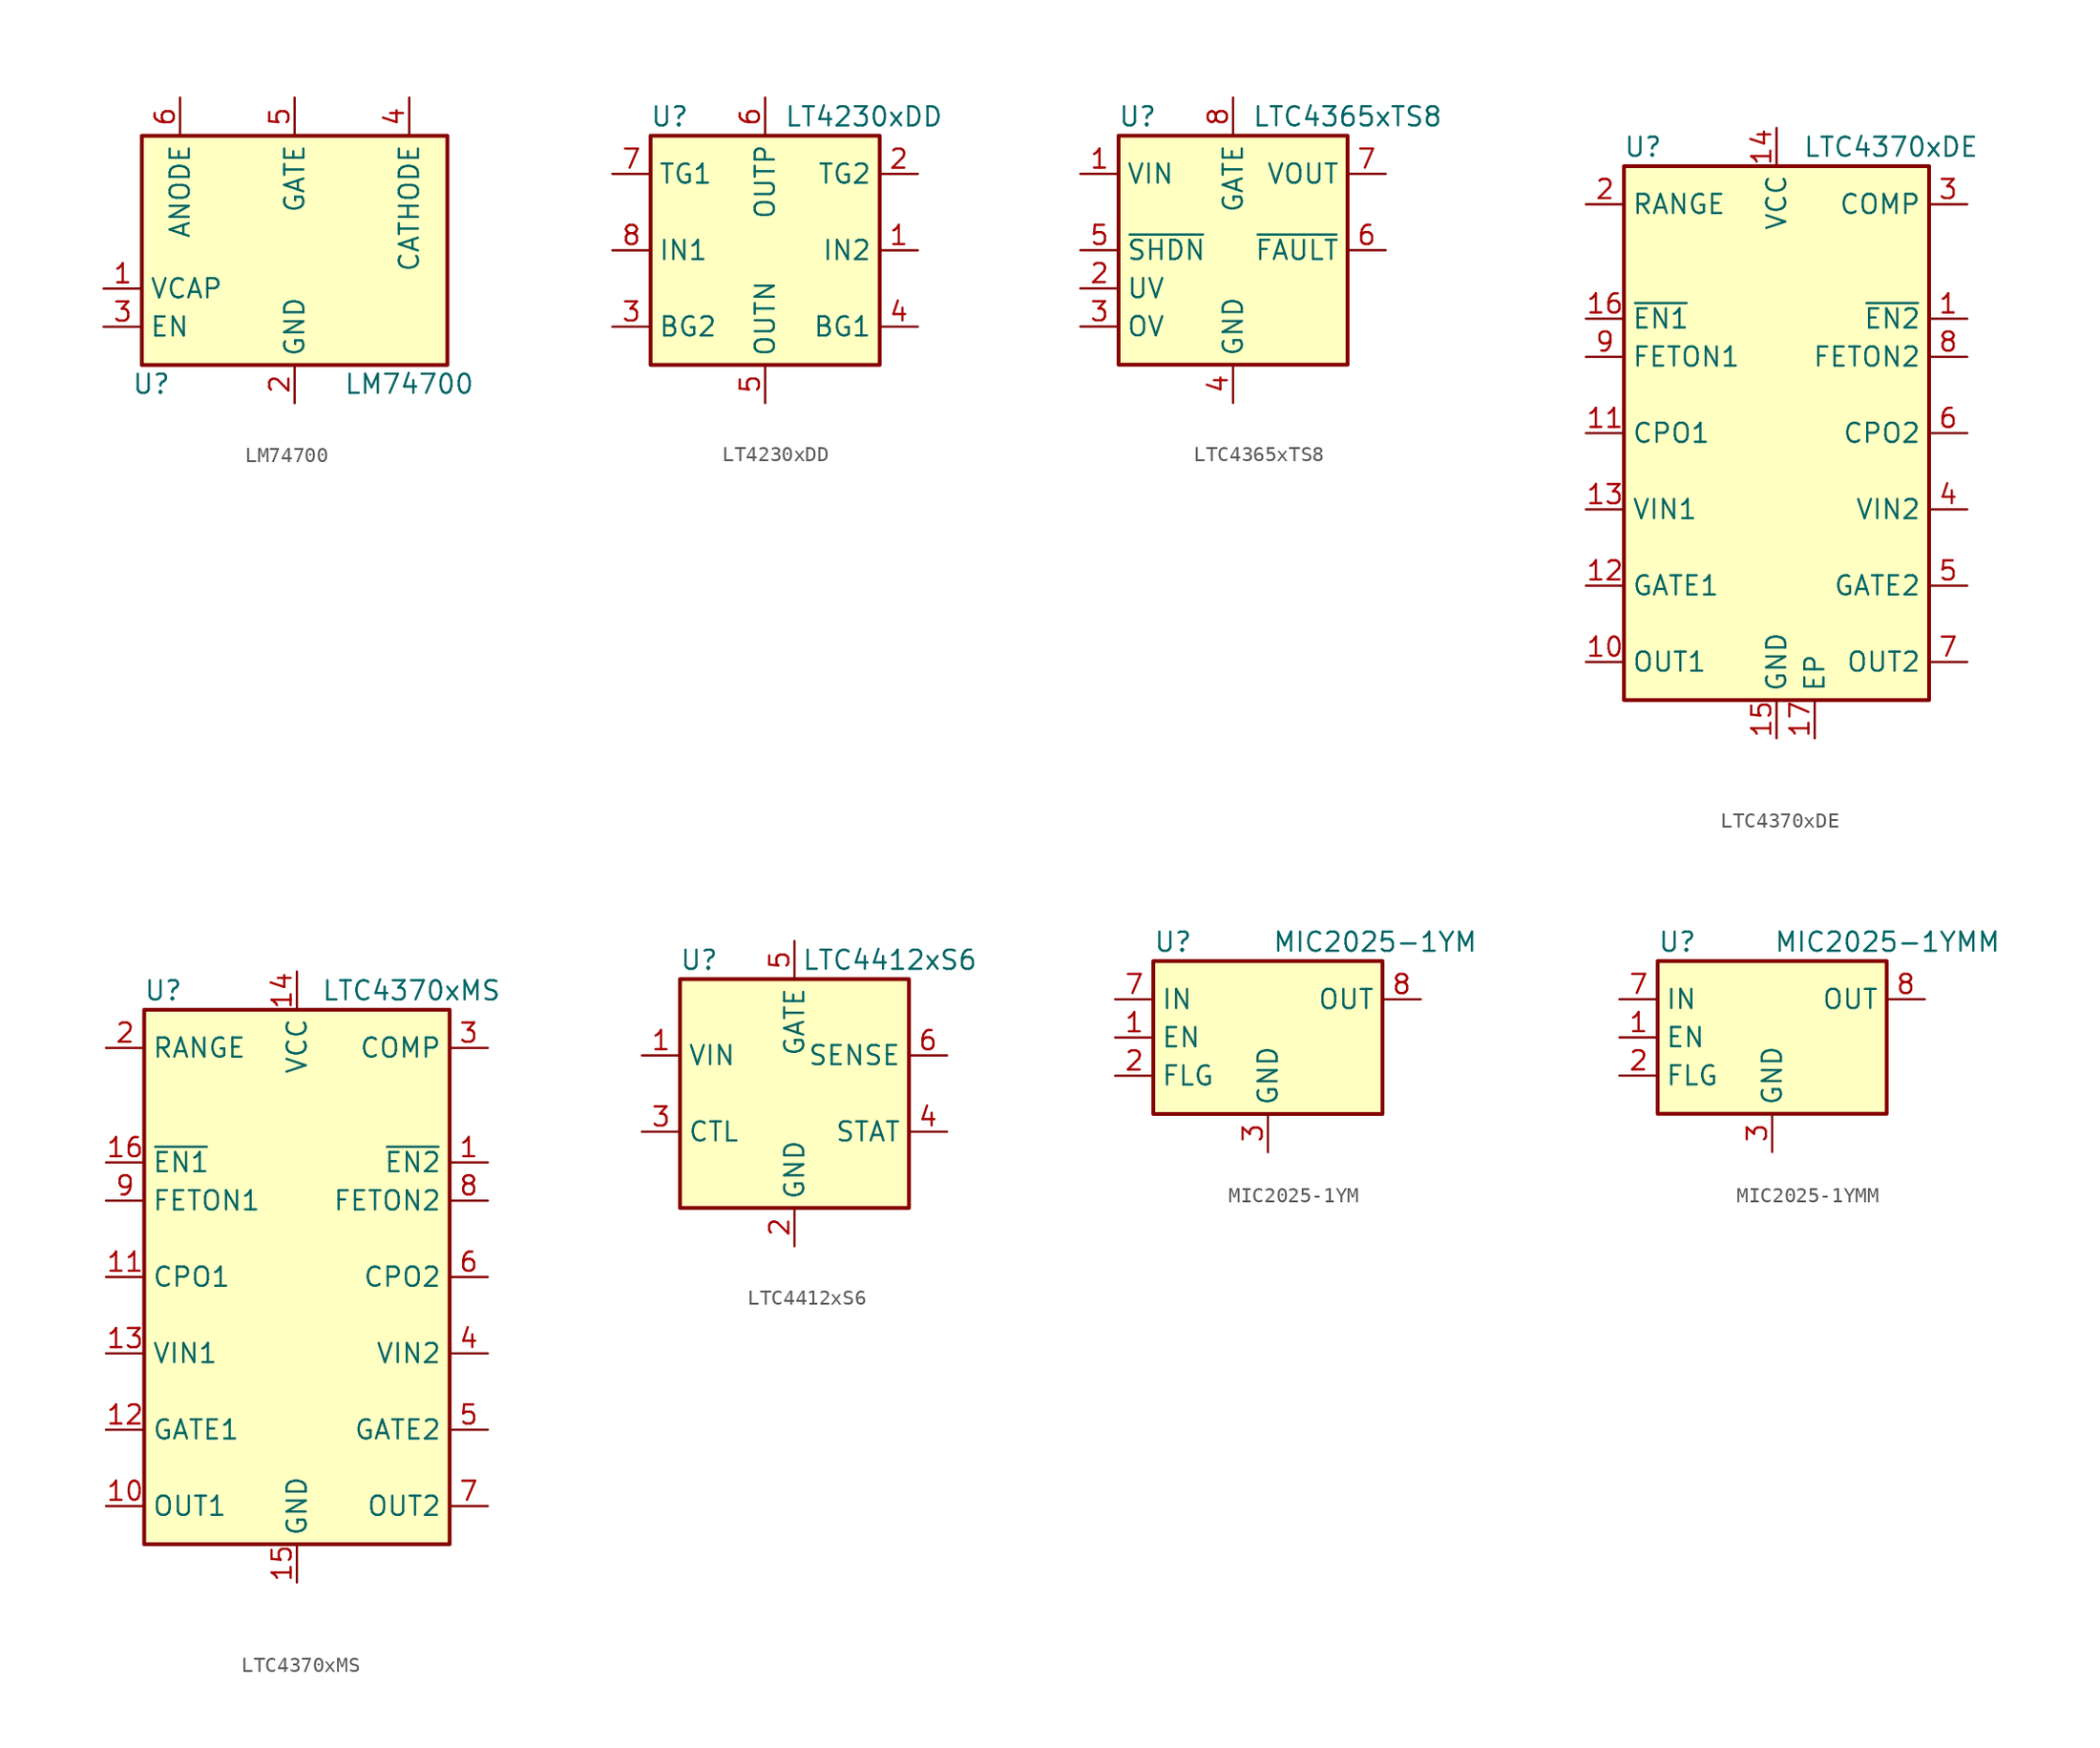
<source format=kicad_sym>
(kicad_symbol_lib
  (version 20201005)
  (generator kicad_symbol_editor)
  (symbol "LM74700"
    (property "Reference" "U"
      (at -9.525 -8.89 0)
      (effects (font (size 1.27 1.27))))
    (property "Value" "LM74700"
      (at 7.62 -8.89 0)
      (effects (font (size 1.27 1.27))))
    (symbol "LM74700_0_1"
      (rectangle (start -10.16 7.62) (end 10.16 -7.62) (stroke (width 0.254)) (fill (type background))))
    (symbol "LM74700_1_1"
      (pin passive line (at -12.7 -2.54 0) (length 2.54) (name "VCAP" (effects (font (size 1.27 1.27)))) (number "1" (effects (font (size 1.27 1.27)))))
      (pin power_in line (at 0 -10.16 90) (length 2.54) (name "GND" (effects (font (size 1.27 1.27)))) (number "2" (effects (font (size 1.27 1.27)))))
      (pin input line (at -12.7 -5.08 0) (length 2.54) (name "EN" (effects (font (size 1.27 1.27)))) (number "3" (effects (font (size 1.27 1.27)))))
      (pin input line (at 7.62 10.16 270) (length 2.54) (name "CATHODE" (effects (font (size 1.27 1.27)))) (number "4" (effects (font (size 1.27 1.27)))))
      (pin output line (at 0 10.16 270) (length 2.54) (name "GATE" (effects (font (size 1.27 1.27)))) (number "5" (effects (font (size 1.27 1.27)))))
      (pin power_in line (at -7.62 10.16 270) (length 2.54) (name "ANODE" (effects (font (size 1.27 1.27)))) (number "6" (effects (font (size 1.27 1.27)))))))
  (symbol "LT4230xDD"
    (property "Reference" "U"
      (at -6.35 8.89 0)
      (effects (font (size 1.27 1.27))))
    (property "Value" "LT4230xDD"
      (at 1.27 8.89 0)
      (effects (font (size 1.27 1.27)) (justify left)))
    (symbol "LT4230xDD_0_1"
      (rectangle (start -7.62 7.62) (end 7.62 -7.62) (stroke (width 0.254)) (fill (type background))))
    (symbol "LT4230xDD_1_1"
      (pin power_in line (at 10.16 0 180) (length 2.54) (name "IN2" (effects (font (size 1.27 1.27)))) (number "1" (effects (font (size 1.27 1.27)))))
      (pin output line (at 10.16 5.08 180) (length 2.54) (name "TG2" (effects (font (size 1.27 1.27)))) (number "2" (effects (font (size 1.27 1.27)))))
      (pin output line (at -10.16 -5.08 0) (length 2.54) (name "BG2" (effects (font (size 1.27 1.27)))) (number "3" (effects (font (size 1.27 1.27)))))
      (pin output line (at 10.16 -5.08 180) (length 2.54) (name "BG1" (effects (font (size 1.27 1.27)))) (number "4" (effects (font (size 1.27 1.27)))))
      (pin power_in line (at 0 -10.16 90) (length 2.54) (name "OUTN" (effects (font (size 1.27 1.27)))) (number "5" (effects (font (size 1.27 1.27)))))
      (pin power_in line (at 0 10.16 270) (length 2.54) (name "OUTP" (effects (font (size 1.27 1.27)))) (number "6" (effects (font (size 1.27 1.27)))))
      (pin output line (at -10.16 5.08 0) (length 2.54) (name "TG1" (effects (font (size 1.27 1.27)))) (number "7" (effects (font (size 1.27 1.27)))))
      (pin power_in line (at -10.16 0 0) (length 2.54) (name "IN1" (effects (font (size 1.27 1.27)))) (number "8" (effects (font (size 1.27 1.27)))))
      (pin passive line (at 0 -10.16 90) (length 2.54) hide (name "OUTN" (effects (font (size 1.27 1.27)))) (number "9" (effects (font (size 1.27 1.27)))))))
  (symbol "LTC4365xTS8"
    (property "Reference" "U"
      (at -6.35 8.89 0)
      (effects (font (size 1.27 1.27))))
    (property "Value" "LTC4365xTS8"
      (at 7.62 8.89 0)
      (effects (font (size 1.27 1.27))))
    (symbol "LTC4365xTS8_0_1"
      (rectangle (start -7.62 7.62) (end 7.62 -7.62) (stroke (width 0.254)) (fill (type background))))
    (symbol "LTC4365xTS8_1_1"
      (pin power_in line (at -10.16 5.08 0) (length 2.54) (name "VIN" (effects (font (size 1.27 1.27)))) (number "1" (effects (font (size 1.27 1.27)))))
      (pin input line (at -10.16 -2.54 0) (length 2.54) (name "UV" (effects (font (size 1.27 1.27)))) (number "2" (effects (font (size 1.27 1.27)))))
      (pin input line (at -10.16 -5.08 0) (length 2.54) (name "OV" (effects (font (size 1.27 1.27)))) (number "3" (effects (font (size 1.27 1.27)))))
      (pin power_in line (at 0 -10.16 90) (length 2.54) (name "GND" (effects (font (size 1.27 1.27)))) (number "4" (effects (font (size 1.27 1.27)))))
      (pin input line (at -10.16 0 0) (length 2.54) (name "~SHDN" (effects (font (size 1.27 1.27)))) (number "5" (effects (font (size 1.27 1.27)))))
      (pin open_collector line (at 10.16 0 180) (length 2.54) (name "~FAULT" (effects (font (size 1.27 1.27)))) (number "6" (effects (font (size 1.27 1.27)))))
      (pin input line (at 10.16 5.08 180) (length 2.54) (name "VOUT" (effects (font (size 1.27 1.27)))) (number "7" (effects (font (size 1.27 1.27)))))
      (pin output line (at 0 10.16 270) (length 2.54) (name "GATE" (effects (font (size 1.27 1.27)))) (number "8" (effects (font (size 1.27 1.27)))))))
  (symbol "LTC4370xDE"
    (property "Reference" "U"
      (at -8.89 19.05 0)
      (effects (font (size 1.27 1.27))))
    (property "Value" "LTC4370xDE"
      (at 7.62 19.05 0)
      (effects (font (size 1.27 1.27))))
    (symbol "LTC4370xDE_0_1"
      (rectangle (start -10.16 17.78) (end 10.16 -17.78) (stroke (width 0.254)) (fill (type background))))
    (symbol "LTC4370xDE_1_1"
      (pin input line (at 12.7 7.62 180) (length 2.54) (name "~EN2" (effects (font (size 1.27 1.27)))) (number "1" (effects (font (size 1.27 1.27)))))
      (pin input line (at -12.7 -15.24 0) (length 2.54) (name "OUT1" (effects (font (size 1.27 1.27)))) (number "10" (effects (font (size 1.27 1.27)))))
      (pin passive line (at -12.7 0 0) (length 2.54) (name "CPO1" (effects (font (size 1.27 1.27)))) (number "11" (effects (font (size 1.27 1.27)))))
      (pin output line (at -12.7 -10.16 0) (length 2.54) (name "GATE1" (effects (font (size 1.27 1.27)))) (number "12" (effects (font (size 1.27 1.27)))))
      (pin power_in line (at -12.7 -5.08 0) (length 2.54) (name "VIN1" (effects (font (size 1.27 1.27)))) (number "13" (effects (font (size 1.27 1.27)))))
      (pin power_in line (at 0 20.32 270) (length 2.54) (name "VCC" (effects (font (size 1.27 1.27)))) (number "14" (effects (font (size 1.27 1.27)))))
      (pin power_in line (at 0 -20.32 90) (length 2.54) (name "GND" (effects (font (size 1.27 1.27)))) (number "15" (effects (font (size 1.27 1.27)))))
      (pin input line (at -12.7 7.62 0) (length 2.54) (name "~EN1" (effects (font (size 1.27 1.27)))) (number "16" (effects (font (size 1.27 1.27)))))
      (pin passive line (at 2.54 -20.32 90) (length 2.54) (name "EP" (effects (font (size 1.27 1.27)))) (number "17" (effects (font (size 1.27 1.27)))))
      (pin passive line (at -12.7 15.24 0) (length 2.54) (name "RANGE" (effects (font (size 1.27 1.27)))) (number "2" (effects (font (size 1.27 1.27)))))
      (pin passive line (at 12.7 15.24 180) (length 2.54) (name "COMP" (effects (font (size 1.27 1.27)))) (number "3" (effects (font (size 1.27 1.27)))))
      (pin power_in line (at 12.7 -5.08 180) (length 2.54) (name "VIN2" (effects (font (size 1.27 1.27)))) (number "4" (effects (font (size 1.27 1.27)))))
      (pin output line (at 12.7 -10.16 180) (length 2.54) (name "GATE2" (effects (font (size 1.27 1.27)))) (number "5" (effects (font (size 1.27 1.27)))))
      (pin passive line (at 12.7 0 180) (length 2.54) (name "CPO2" (effects (font (size 1.27 1.27)))) (number "6" (effects (font (size 1.27 1.27)))))
      (pin input line (at 12.7 -15.24 180) (length 2.54) (name "OUT2" (effects (font (size 1.27 1.27)))) (number "7" (effects (font (size 1.27 1.27)))))
      (pin open_collector line (at 12.7 5.08 180) (length 2.54) (name "FETON2" (effects (font (size 1.27 1.27)))) (number "8" (effects (font (size 1.27 1.27)))))
      (pin open_collector line (at -12.7 5.08 0) (length 2.54) (name "FETON1" (effects (font (size 1.27 1.27)))) (number "9" (effects (font (size 1.27 1.27)))))))
  (symbol "LTC4370xMS"
    (property "Reference" "U"
      (at -8.89 19.05 0)
      (effects (font (size 1.27 1.27))))
    (property "Value" "LTC4370xMS"
      (at 7.62 19.05 0)
      (effects (font (size 1.27 1.27))))
    (symbol "LTC4370xMS_1_1"
      (rectangle (start -10.16 17.78) (end 10.16 -17.78) (stroke (width 0.254)) (fill (type background)))
      (pin input line (at 12.7 7.62 180) (length 2.54) (name "~EN2" (effects (font (size 1.27 1.27)))) (number "1" (effects (font (size 1.27 1.27)))))
      (pin input line (at -12.7 -15.24 0) (length 2.54) (name "OUT1" (effects (font (size 1.27 1.27)))) (number "10" (effects (font (size 1.27 1.27)))))
      (pin passive line (at -12.7 0 0) (length 2.54) (name "CPO1" (effects (font (size 1.27 1.27)))) (number "11" (effects (font (size 1.27 1.27)))))
      (pin output line (at -12.7 -10.16 0) (length 2.54) (name "GATE1" (effects (font (size 1.27 1.27)))) (number "12" (effects (font (size 1.27 1.27)))))
      (pin power_in line (at -12.7 -5.08 0) (length 2.54) (name "VIN1" (effects (font (size 1.27 1.27)))) (number "13" (effects (font (size 1.27 1.27)))))
      (pin power_in line (at 0 20.32 270) (length 2.54) (name "VCC" (effects (font (size 1.27 1.27)))) (number "14" (effects (font (size 1.27 1.27)))))
      (pin power_in line (at 0 -20.32 90) (length 2.54) (name "GND" (effects (font (size 1.27 1.27)))) (number "15" (effects (font (size 1.27 1.27)))))
      (pin input line (at -12.7 7.62 0) (length 2.54) (name "~EN1" (effects (font (size 1.27 1.27)))) (number "16" (effects (font (size 1.27 1.27)))))
      (pin passive line (at -12.7 15.24 0) (length 2.54) (name "RANGE" (effects (font (size 1.27 1.27)))) (number "2" (effects (font (size 1.27 1.27)))))
      (pin passive line (at 12.7 15.24 180) (length 2.54) (name "COMP" (effects (font (size 1.27 1.27)))) (number "3" (effects (font (size 1.27 1.27)))))
      (pin power_in line (at 12.7 -5.08 180) (length 2.54) (name "VIN2" (effects (font (size 1.27 1.27)))) (number "4" (effects (font (size 1.27 1.27)))))
      (pin output line (at 12.7 -10.16 180) (length 2.54) (name "GATE2" (effects (font (size 1.27 1.27)))) (number "5" (effects (font (size 1.27 1.27)))))
      (pin passive line (at 12.7 0 180) (length 2.54) (name "CPO2" (effects (font (size 1.27 1.27)))) (number "6" (effects (font (size 1.27 1.27)))))
      (pin input line (at 12.7 -15.24 180) (length 2.54) (name "OUT2" (effects (font (size 1.27 1.27)))) (number "7" (effects (font (size 1.27 1.27)))))
      (pin open_collector line (at 12.7 5.08 180) (length 2.54) (name "FETON2" (effects (font (size 1.27 1.27)))) (number "8" (effects (font (size 1.27 1.27)))))
      (pin open_collector line (at -12.7 5.08 0) (length 2.54) (name "FETON1" (effects (font (size 1.27 1.27)))) (number "9" (effects (font (size 1.27 1.27)))))))
  (symbol "LTC4412xS6"
    (property "Reference" "U"
      (at -6.35 8.89 0)
      (effects (font (size 1.27 1.27))))
    (property "Value" "LTC4412xS6"
      (at 6.35 8.89 0)
      (effects (font (size 1.27 1.27))))
    (symbol "LTC4412xS6_0_1"
      (rectangle (start -7.62 7.62) (end 7.62 -7.62) (stroke (width 0.254)) (fill (type background))))
    (symbol "LTC4412xS6_1_1"
      (pin power_in line (at -10.16 2.54 0) (length 2.54) (name "VIN" (effects (font (size 1.27 1.27)))) (number "1" (effects (font (size 1.27 1.27)))))
      (pin power_in line (at 0 -10.16 90) (length 2.54) (name "GND" (effects (font (size 1.27 1.27)))) (number "2" (effects (font (size 1.27 1.27)))))
      (pin input line (at -10.16 -2.54 0) (length 2.54) (name "CTL" (effects (font (size 1.27 1.27)))) (number "3" (effects (font (size 1.27 1.27)))))
      (pin open_collector line (at 10.16 -2.54 180) (length 2.54) (name "STAT" (effects (font (size 1.27 1.27)))) (number "4" (effects (font (size 1.27 1.27)))))
      (pin output line (at 0 10.16 270) (length 2.54) (name "GATE" (effects (font (size 1.27 1.27)))) (number "5" (effects (font (size 1.27 1.27)))))
      (pin input line (at 10.16 2.54 180) (length 2.54) (name "SENSE" (effects (font (size 1.27 1.27)))) (number "6" (effects (font (size 1.27 1.27)))))))
  (symbol "MIC2025-1YM"
    (property "Reference" "U"
      (at -7.62 6.35 0)
      (effects (font (size 1.27 1.27)) (justify left)))
    (property "Value" "MIC2025-1YM"
      (at 13.97 6.35 0)
      (effects (font (size 1.27 1.27)) (justify right)))
    (symbol "MIC2025-1YM_0_1"
      (rectangle (start -7.62 5.08) (end 7.62 -5.08) (stroke (width 0.254)) (fill (type background))))
    (symbol "MIC2025-1YM_1_1"
      (pin input line (at -10.16 0 0) (length 2.54) (name "EN" (effects (font (size 1.27 1.27)))) (number "1" (effects (font (size 1.27 1.27)))))
      (pin open_collector line (at -10.16 -2.54 0) (length 2.54) (name "FLG" (effects (font (size 1.27 1.27)))) (number "2" (effects (font (size 1.27 1.27)))))
      (pin power_in line (at 0 -7.62 90) (length 2.54) (name "GND" (effects (font (size 1.27 1.27)))) (number "3" (effects (font (size 1.27 1.27)))))
      (pin no_connect line (at 7.62 0 180) (length 2.54) hide (name "NC" (effects (font (size 1.27 1.27)))) (number "4" (effects (font (size 1.27 1.27)))))
      (pin no_connect line (at 7.62 -2.54 180) (length 2.54) hide (name "NC" (effects (font (size 1.27 1.27)))) (number "5" (effects (font (size 1.27 1.27)))))
      (pin passive line (at 10.16 2.54 180) (length 2.54) hide (name "OUT" (effects (font (size 1.27 1.27)))) (number "6" (effects (font (size 1.27 1.27)))))
      (pin power_in line (at -10.16 2.54 0) (length 2.54) (name "IN" (effects (font (size 1.27 1.27)))) (number "7" (effects (font (size 1.27 1.27)))))
      (pin power_out line (at 10.16 2.54 180) (length 2.54) (name "OUT" (effects (font (size 1.27 1.27)))) (number "8" (effects (font (size 1.27 1.27)))))))
  (symbol "MIC2025-1YMM"
    (property "Reference" "U"
      (at -7.62 6.35 0)
      (effects (font (size 1.27 1.27)) (justify left)))
    (property "Value" "MIC2025-1YMM"
      (at 15.24 6.35 0)
      (effects (font (size 1.27 1.27)) (justify right)))
    (symbol "MIC2025-1YMM_0_1"
      (rectangle (start -7.62 5.08) (end 7.62 -5.08) (stroke (width 0.254)) (fill (type background))))
    (symbol "MIC2025-1YMM_1_1"
      (pin input line (at -10.16 0 0) (length 2.54) (name "EN" (effects (font (size 1.27 1.27)))) (number "1" (effects (font (size 1.27 1.27)))))
      (pin open_collector line (at -10.16 -2.54 0) (length 2.54) (name "FLG" (effects (font (size 1.27 1.27)))) (number "2" (effects (font (size 1.27 1.27)))))
      (pin power_in line (at 0 -7.62 90) (length 2.54) (name "GND" (effects (font (size 1.27 1.27)))) (number "3" (effects (font (size 1.27 1.27)))))
      (pin no_connect line (at 7.62 0 180) (length 2.54) hide (name "NC" (effects (font (size 1.27 1.27)))) (number "4" (effects (font (size 1.27 1.27)))))
      (pin no_connect line (at 7.62 -2.54 180) (length 2.54) hide (name "NC" (effects (font (size 1.27 1.27)))) (number "5" (effects (font (size 1.27 1.27)))))
      (pin passive line (at 10.16 2.54 180) (length 2.54) hide (name "OUT" (effects (font (size 1.27 1.27)))) (number "6" (effects (font (size 1.27 1.27)))))
      (pin power_in line (at -10.16 2.54 0) (length 2.54) (name "IN" (effects (font (size 1.27 1.27)))) (number "7" (effects (font (size 1.27 1.27)))))
      (pin power_out line (at 10.16 2.54 180) (length 2.54) (name "OUT" (effects (font (size 1.27 1.27)))) (number "8" (effects (font (size 1.27 1.27))))))))
</source>
